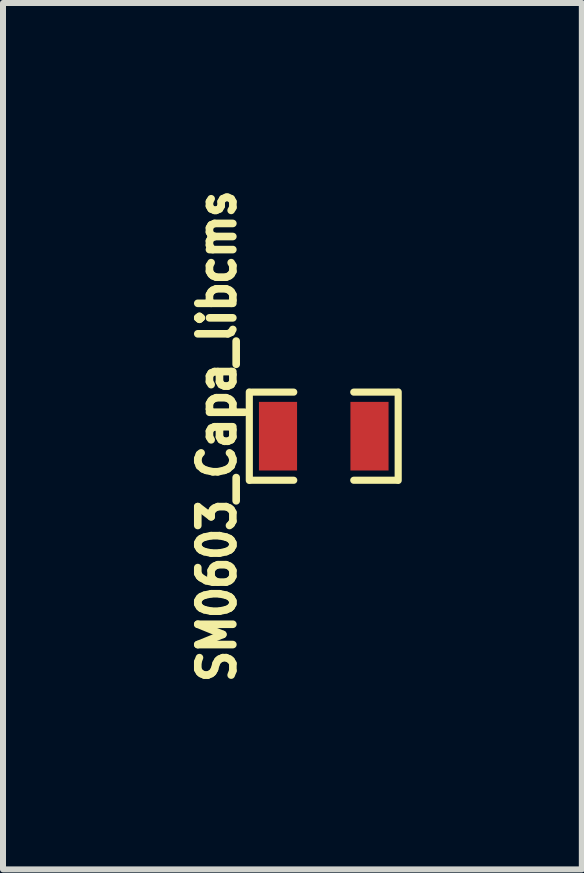
<source format=kicad_pcb>
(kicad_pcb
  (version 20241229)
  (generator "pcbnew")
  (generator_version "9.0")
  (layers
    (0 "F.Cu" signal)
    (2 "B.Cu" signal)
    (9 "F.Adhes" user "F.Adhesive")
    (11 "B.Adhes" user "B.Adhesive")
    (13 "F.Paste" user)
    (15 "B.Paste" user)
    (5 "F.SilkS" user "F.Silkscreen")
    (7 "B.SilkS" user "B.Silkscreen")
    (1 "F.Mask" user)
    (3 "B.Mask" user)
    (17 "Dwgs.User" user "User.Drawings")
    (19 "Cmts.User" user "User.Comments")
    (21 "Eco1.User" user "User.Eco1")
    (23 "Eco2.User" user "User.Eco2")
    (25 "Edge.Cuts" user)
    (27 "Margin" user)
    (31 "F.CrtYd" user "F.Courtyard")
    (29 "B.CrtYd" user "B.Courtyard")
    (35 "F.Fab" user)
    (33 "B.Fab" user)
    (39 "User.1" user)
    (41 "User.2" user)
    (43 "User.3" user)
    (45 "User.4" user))
  (footprint "SM0603_Capa_libcms"
    (layer "F.Cu")
    (at 2.343 4.216)
    (property "Reference" "SM0603_Capa_libcms" (at -1.778 0 90) (layer "F.SilkS") (effects (font (size 0.584 0.508) (thickness 0.127))))
    (attr smd)
    (fp_line (start -1.24 0.737) (end -1.24 -0.737) (stroke (width 0.119) (type solid)) (layer "F.SilkS"))
    (fp_line (start -1.199 -0.734) (end -0.5 -0.734) (stroke (width 0.119) (type solid)) (layer "F.SilkS"))
    (fp_line (start -0.5 0.734) (end -1.199 0.734) (stroke (width 0.119) (type solid)) (layer "F.SilkS"))
    (fp_line (start 0.5 -0.734) (end 1.199 -0.734) (stroke (width 0.119) (type solid)) (layer "F.SilkS"))
    (fp_line (start 0.5 0.734) (end 1.199 0.734) (stroke (width 0.119) (type solid)) (layer "F.SilkS"))
    (fp_line (start 1.24 -0.737) (end 1.24 0.737) (stroke (width 0.119) (type solid)) (layer "F.SilkS"))
    (pad "1" smd rect (at -0.762 0) (size 0.635 1.143) (layers "F.Cu" "F.Mask" "F.Paste"))
    (pad "2" smd rect (at 0.762 0) (size 0.635 1.143) (layers "F.Cu" "F.Mask" "F.Paste")))
  (gr_rect
    (start -3 -3)
    (end 6.642 11.432)
    (stroke (width 0.1) (type default))
    (fill no)
    (layer "Edge.Cuts")))
</source>
